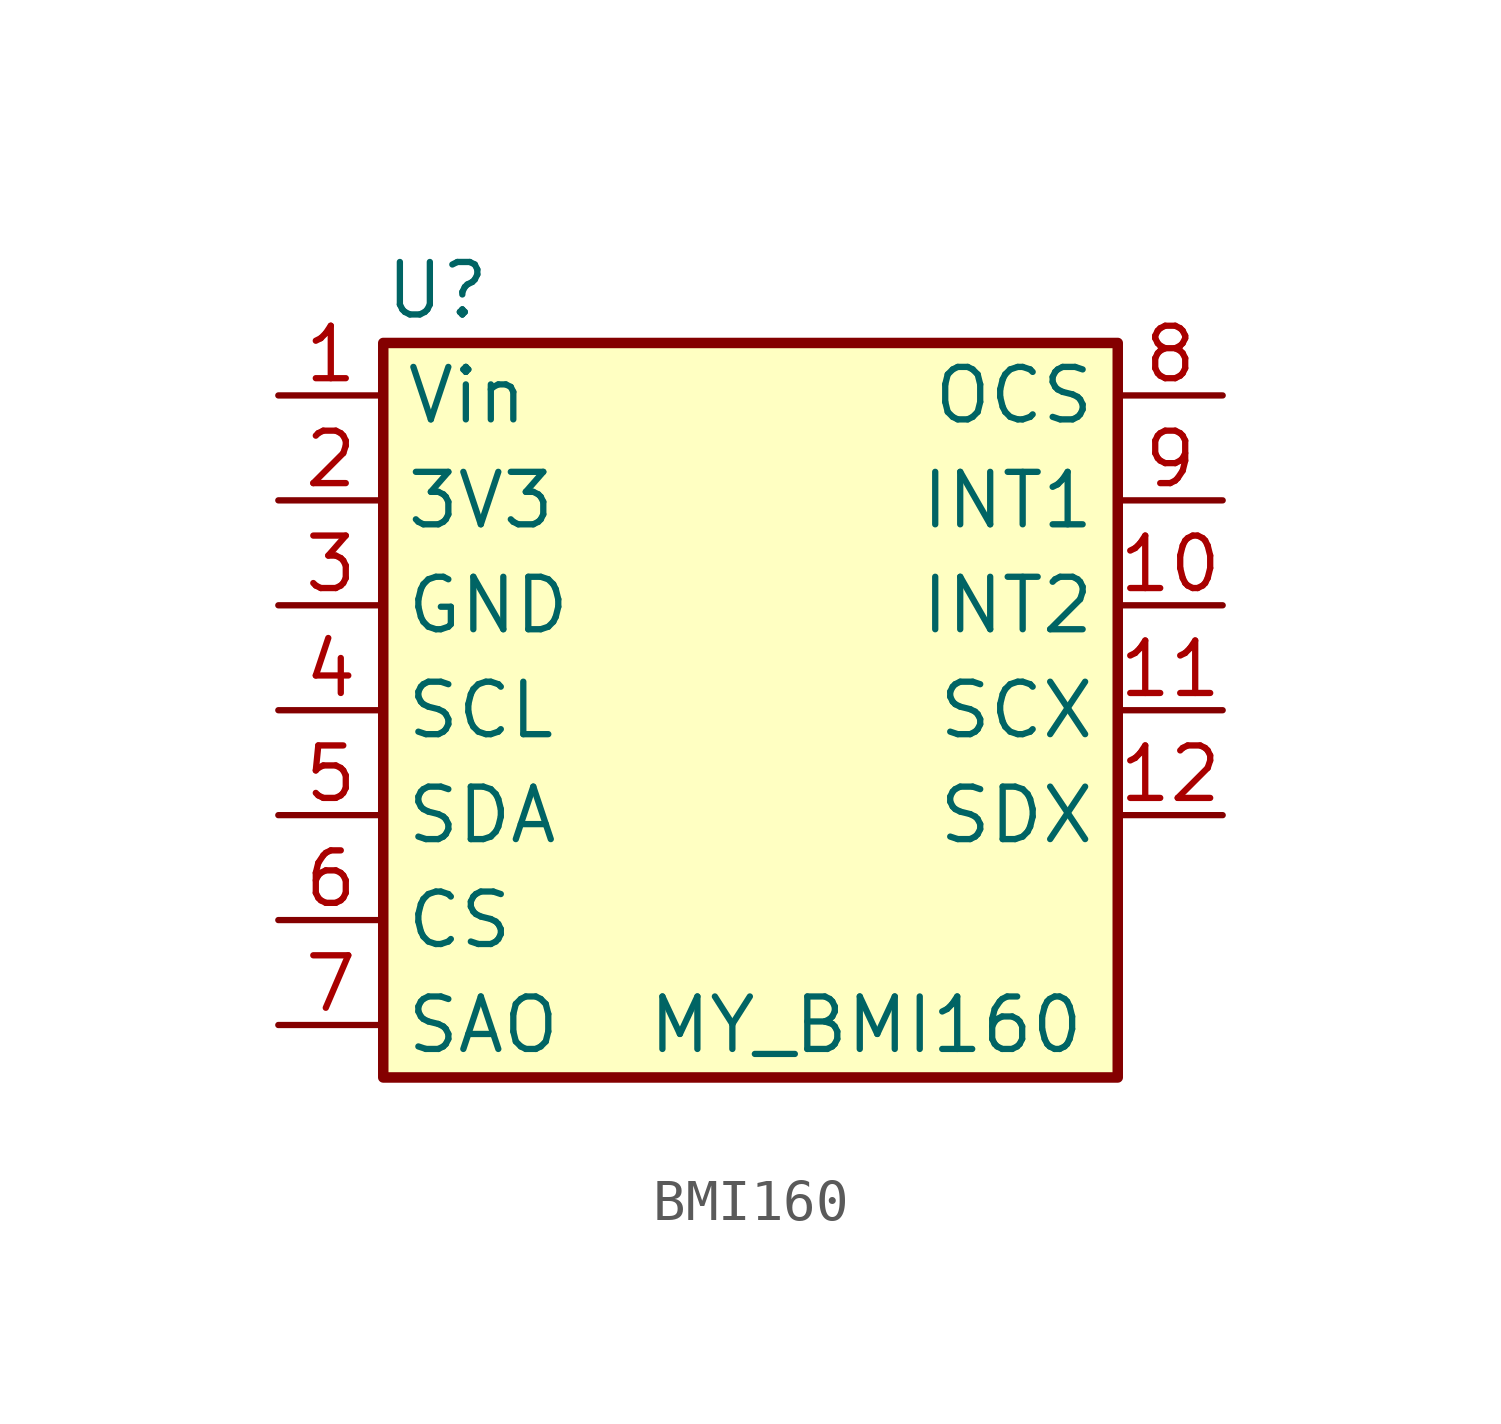
<source format=kicad_sym>
(kicad_symbol_lib
  (version 20241209)
  (generator "kicad_symbol_editor")
  (generator_version "9.0")
  (symbol "BMI160"
    (property "Reference" "U"
      (at -10.16 8.89 0)
      (effects (font (size 1.27 1.27)) (justify left)))
    (property "Value" "MY_BMI160"
      (at 6.858 -8.89 0)
      (effects (font (size 1.27 1.27)) (justify right)))
    (symbol "BMI160_1_1"
      (rectangle (start -10.16 7.62) (end 7.62 -10.16) (stroke (width 0.254) (type default)) (fill (type background)))
      (pin power_in line (at -12.7 6.35 0) (length 2.54) (name "Vin" (effects (font (size 1.27 1.27)))) (number "1" (effects (font (size 1.27 1.27)))))
      (pin power_in line (at -12.7 3.81 0) (length 2.54) (name "3V3" (effects (font (size 1.27 1.27)))) (number "2" (effects (font (size 1.27 1.27)))))
      (pin power_in line (at -12.7 1.27 0) (length 2.54) (name "GND" (effects (font (size 1.27 1.27)))) (number "3" (effects (font (size 1.27 1.27)))))
      (pin input line (at -12.7 -1.27 0) (length 2.54) (name "SCL" (effects (font (size 1.27 1.27)))) (number "4" (effects (font (size 1.27 1.27)))))
      (pin bidirectional line (at -12.7 -3.81 0) (length 2.54) (name "SDA" (effects (font (size 1.27 1.27)))) (number "5" (effects (font (size 1.27 1.27)))))
      (pin input line (at -12.7 -6.35 0) (length 2.54) (name "CS" (effects (font (size 1.27 1.27)))) (number "6" (effects (font (size 1.27 1.27)))))
      (pin bidirectional line (at -12.7 -8.89 0) (length 2.54) (name "SAO" (effects (font (size 1.27 1.27)))) (number "7" (effects (font (size 1.27 1.27)))))
      (pin input line (at 10.16 6.35 180) (length 2.54) (name "OCS" (effects (font (size 1.27 1.27)))) (number "8" (effects (font (size 1.27 1.27)))))
      (pin bidirectional line (at 10.16 3.81 180) (length 2.54) (name "INT1" (effects (font (size 1.27 1.27)))) (number "9" (effects (font (size 1.27 1.27)))))
      (pin bidirectional line (at 10.16 1.27 180) (length 2.54) (name "INT2" (effects (font (size 1.27 1.27)))) (number "10" (effects (font (size 1.27 1.27)))))
      (pin input line (at 10.16 -1.27 180) (length 2.54) (name "SCX" (effects (font (size 1.27 1.27)))) (number "11" (effects (font (size 1.27 1.27)))))
      (pin bidirectional line (at 10.16 -3.81 180) (length 2.54) (name "SDX" (effects (font (size 1.27 1.27)))) (number "12" (effects (font (size 1.27 1.27))))))))
</source>
